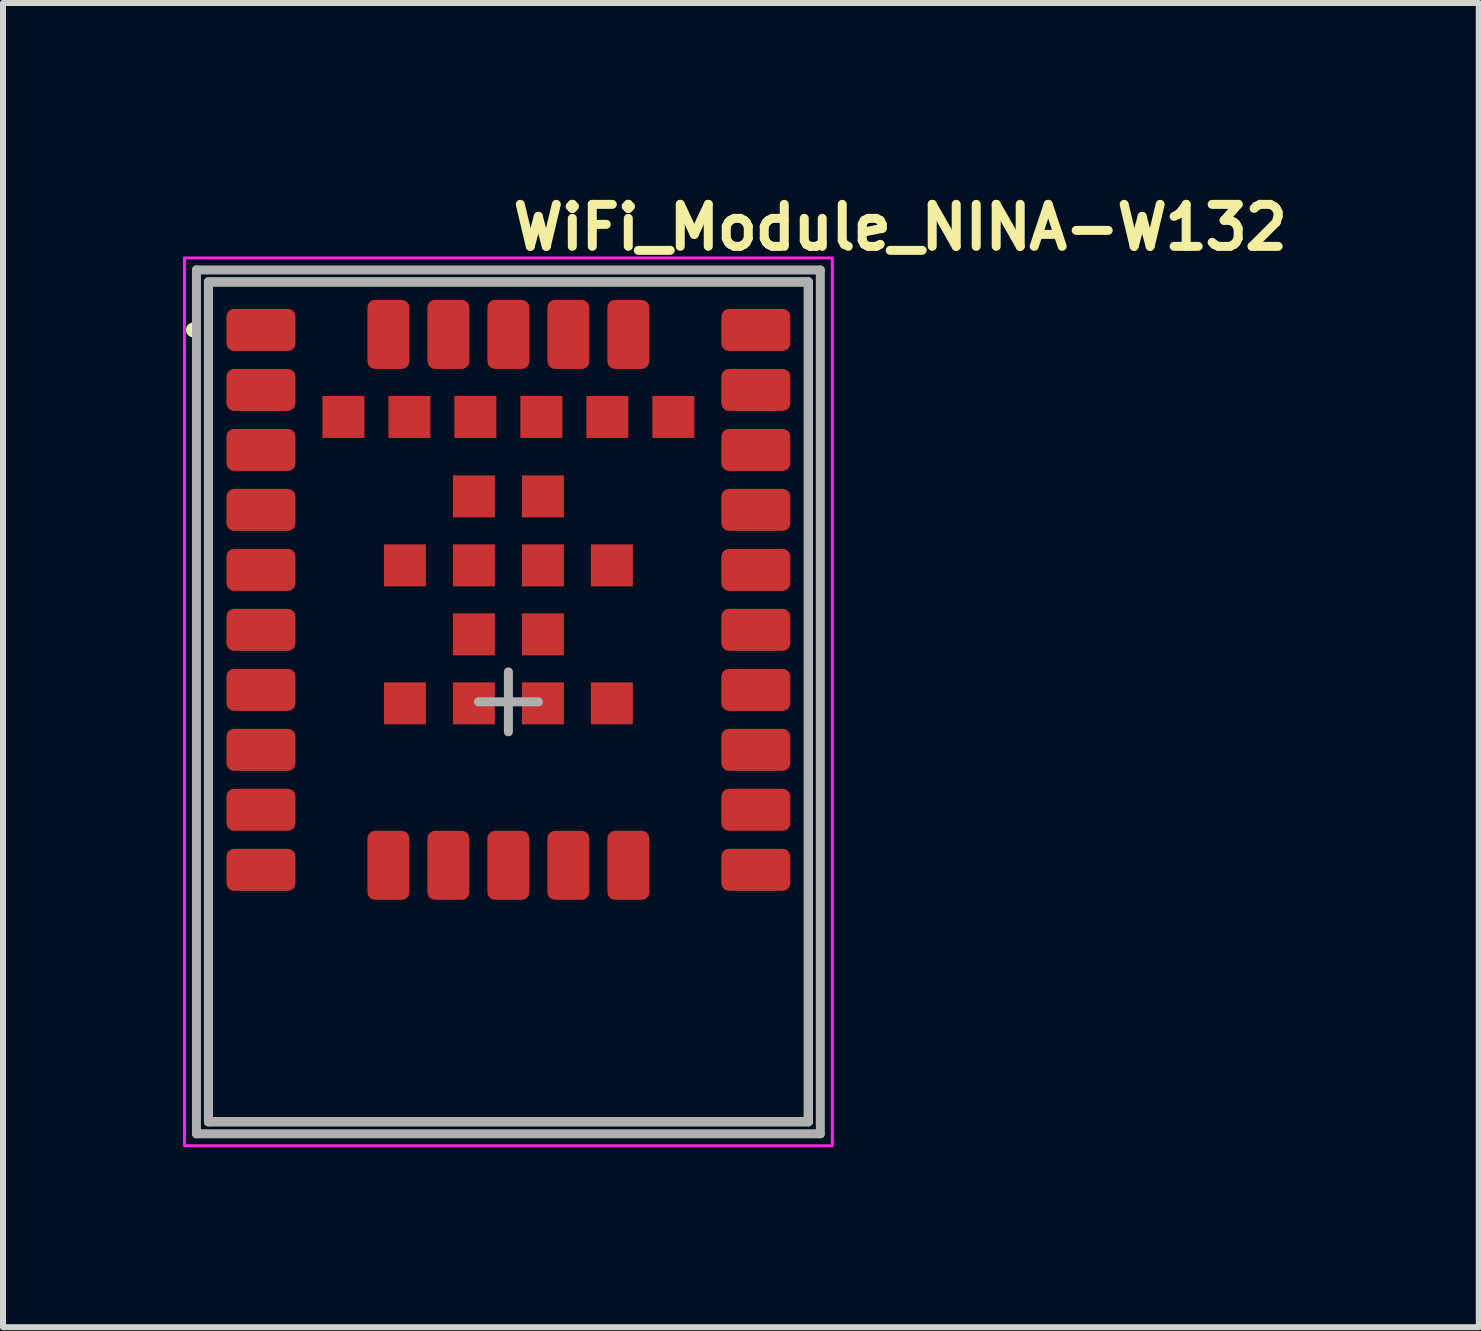
<source format=kicad_pcb>
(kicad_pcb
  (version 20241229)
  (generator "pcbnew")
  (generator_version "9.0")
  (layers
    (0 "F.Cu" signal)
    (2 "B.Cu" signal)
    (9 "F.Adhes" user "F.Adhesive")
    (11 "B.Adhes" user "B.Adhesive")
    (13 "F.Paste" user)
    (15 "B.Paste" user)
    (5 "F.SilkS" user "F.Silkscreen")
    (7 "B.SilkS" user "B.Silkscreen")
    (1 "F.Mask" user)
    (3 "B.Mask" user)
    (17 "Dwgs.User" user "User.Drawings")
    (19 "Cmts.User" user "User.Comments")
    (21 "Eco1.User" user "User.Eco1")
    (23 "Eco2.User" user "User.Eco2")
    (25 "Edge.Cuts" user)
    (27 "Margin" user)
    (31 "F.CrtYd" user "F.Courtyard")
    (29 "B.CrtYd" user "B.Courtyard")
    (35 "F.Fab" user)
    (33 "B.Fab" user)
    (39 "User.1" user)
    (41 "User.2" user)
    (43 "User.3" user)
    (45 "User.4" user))
  (footprint "WiFi_Module_NINA-W132"
    (layer "F.Cu")
    (at 5.425 8.65)
    (property "Reference" "WiFi_Module_NINA-W132" (at 0 -7.5 0) (layer "F.SilkS") (effects (font (size 0.7 0.7) (thickness 0.15)) (justify left bottom)))
    (attr smd)
    (fp_line (start -5 -7) (end -5 7) (stroke (width 0.15) (type solid)) (layer "F.SilkS"))
    (fp_line (start -5 -7) (end 5 -7) (stroke (width 0.15) (type solid)) (layer "F.SilkS"))
    (fp_line (start -5 7) (end 5 7) (stroke (width 0.15) (type solid)) (layer "F.SilkS"))
    (fp_line (start 5 -7) (end 5 7) (stroke (width 0.15) (type solid)) (layer "F.SilkS"))
    (fp_circle (center -5.25 -6.2) (end -5.2 -6.2) (stroke (width 0.15) (type solid)) (fill yes) (layer "F.SilkS"))
    (fp_rect (start -5.4 7.4) (end 5.4 -7.4) (stroke (width 0.05) (type solid)) (fill no) (layer "F.CrtYd"))
    (fp_line (start -5.2 -7.2) (end -5.2 7.2) (stroke (width 0.15) (type solid)) (layer "F.Fab"))
    (fp_line (start -5.2 -7.2) (end 5.2 -7.2) (stroke (width 0.15) (type solid)) (layer "F.Fab"))
    (fp_line (start -5.2 7.2) (end 5.2 7.2) (stroke (width 0.15) (type solid)) (layer "F.Fab"))
    (fp_line (start -5 -7) (end -5 7) (stroke (width 0.15) (type solid)) (layer "F.Fab"))
    (fp_line (start -5 -7) (end 5 -7) (stroke (width 0.15) (type solid)) (layer "F.Fab"))
    (fp_line (start -5 7) (end 5 7) (stroke (width 0.15) (type solid)) (layer "F.Fab"))
    (fp_line (start -0.5 0) (end 0.5 0) (stroke (width 0.15) (type solid)) (layer "F.Fab"))
    (fp_line (start 0 -0.5) (end 0 0) (stroke (width 0.15) (type solid)) (layer "F.Fab"))
    (fp_line (start 0 0) (end 0 0.5) (stroke (width 0.15) (type solid)) (layer "F.Fab"))
    (fp_line (start 5 -7) (end 5 7) (stroke (width 0.15) (type solid)) (layer "F.Fab"))
    (fp_line (start 5.2 -7.2) (end 5.2 7.2) (stroke (width 0.15) (type solid)) (layer "F.Fab"))
    (fp_rect (start -5 7) (end 5 -7) (stroke (width 0.1) (type solid)) (fill no) (layer "User.5"))
    (fp_line (start -5 -7) (end 5 -7) (stroke (width 0.02) (type solid)) (layer "User.9"))
    (fp_line (start -5 7) (end -5 -7) (stroke (width 0.02) (type solid)) (layer "User.9"))
    (fp_line (start -4.947 3.315) (end -4.947 3.198) (stroke (width 0.02) (type solid)) (layer "User.9"))
    (fp_line (start -4.947 3.315) (end -4.947 3.315) (stroke (width 0.02) (type solid)) (layer "User.9"))
    (fp_line (start -4.947 3.598) (end -4.947 3.315) (stroke (width 0.02) (type solid)) (layer "User.9"))
    (fp_line (start -4.947 3.598) (end -4.947 4.049) (stroke (width 0.02) (type solid)) (layer "User.9"))
    (fp_line (start -4.947 4.049) (end -4.947 4.057) (stroke (width 0.02) (type solid)) (layer "User.9"))
    (fp_line (start -4.947 4.057) (end -4.946 4.064) (stroke (width 0.02) (type solid)) (layer "User.9"))
    (fp_line (start -4.947 6.142) (end -4.947 6.149) (stroke (width 0.02) (type solid)) (layer "User.9"))
    (fp_line (start -4.947 6.149) (end -4.947 6.6) (stroke (width 0.02) (type solid)) (layer "User.9"))
    (fp_line (start -4.947 6.883) (end -4.947 6.6) (stroke (width 0.02) (type solid)) (layer "User.9"))
    (fp_line (start -4.947 6.883) (end -4.947 6.883) (stroke (width 0.02) (type solid)) (layer "User.9"))
    (fp_line (start -4.947 7) (end -4.947 6.883) (stroke (width 0.02) (type solid)) (layer "User.9"))
    (fp_line (start -4.946 4.064) (end -4.945 4.072) (stroke (width 0.02) (type solid)) (layer "User.9"))
    (fp_line (start -4.946 6.134) (end -4.947 6.142) (stroke (width 0.02) (type solid)) (layer "User.9"))
    (fp_line (start -4.945 4.072) (end -4.944 4.079) (stroke (width 0.02) (type solid)) (layer "User.9"))
    (fp_line (start -4.945 6.127) (end -4.946 6.134) (stroke (width 0.02) (type solid)) (layer "User.9"))
    (fp_line (start -4.944 4.079) (end -4.942 4.087) (stroke (width 0.02) (type solid)) (layer "User.9"))
    (fp_line (start -4.944 6.12) (end -4.945 6.127) (stroke (width 0.02) (type solid)) (layer "User.9"))
    (fp_line (start -4.942 4.087) (end -4.94 4.094) (stroke (width 0.02) (type solid)) (layer "User.9"))
    (fp_line (start -4.942 6.113) (end -4.944 6.12) (stroke (width 0.02) (type solid)) (layer "User.9"))
    (fp_line (start -4.941 6.105) (end -4.942 6.113) (stroke (width 0.02) (type solid)) (layer "User.9"))
    (fp_line (start -4.94 4.094) (end -4.938 4.101) (stroke (width 0.02) (type solid)) (layer "User.9"))
    (fp_line (start -4.938 4.101) (end -4.935 4.107) (stroke (width 0.02) (type solid)) (layer "User.9"))
    (fp_line (start -4.938 6.099) (end -4.941 6.105) (stroke (width 0.02) (type solid)) (layer "User.9"))
    (fp_line (start -4.936 6.092) (end -4.938 6.099) (stroke (width 0.02) (type solid)) (layer "User.9"))
    (fp_line (start -4.935 4.107) (end -4.932 4.114) (stroke (width 0.02) (type solid)) (layer "User.9"))
    (fp_line (start -4.933 6.085) (end -4.936 6.092) (stroke (width 0.02) (type solid)) (layer "User.9"))
    (fp_line (start -4.932 4.114) (end -4.929 4.121) (stroke (width 0.02) (type solid)) (layer "User.9"))
    (fp_line (start -4.929 4.121) (end -4.925 4.127) (stroke (width 0.02) (type solid)) (layer "User.9"))
    (fp_line (start -4.929 6.078) (end -4.933 6.085) (stroke (width 0.02) (type solid)) (layer "User.9"))
    (fp_line (start -4.926 6.072) (end -4.929 6.078) (stroke (width 0.02) (type solid)) (layer "User.9"))
    (fp_line (start -4.925 4.127) (end -4.921 4.133) (stroke (width 0.02) (type solid)) (layer "User.9"))
    (fp_line (start -4.922 6.066) (end -4.926 6.072) (stroke (width 0.02) (type solid)) (layer "User.9"))
    (fp_line (start -4.921 4.133) (end -4.917 4.139) (stroke (width 0.02) (type solid)) (layer "User.9"))
    (fp_line (start -4.918 6.06) (end -4.922 6.066) (stroke (width 0.02) (type solid)) (layer "User.9"))
    (fp_line (start -4.917 4.139) (end -4.913 4.145) (stroke (width 0.02) (type solid)) (layer "User.9"))
    (fp_line (start -4.913 4.145) (end -4.908 4.15) (stroke (width 0.02) (type solid)) (layer "User.9"))
    (fp_line (start -4.913 6.054) (end -4.918 6.06) (stroke (width 0.02) (type solid)) (layer "User.9"))
    (fp_line (start -4.908 4.15) (end -4.903 4.155) (stroke (width 0.02) (type solid)) (layer "User.9"))
    (fp_line (start -4.908 6.048) (end -4.913 6.054) (stroke (width 0.02) (type solid)) (layer "User.9"))
    (fp_line (start -4.903 4.155) (end -4.898 4.16) (stroke (width 0.02) (type solid)) (layer "User.9"))
    (fp_line (start -4.903 6.043) (end -4.908 6.048) (stroke (width 0.02) (type solid)) (layer "User.9"))
    (fp_line (start -4.903 6.043) (end -4.903 6.043) (stroke (width 0.02) (type solid)) (layer "User.9"))
    (fp_line (start -4.901 4.499) (end -4.784 4.499) (stroke (width 0.02) (type solid)) (layer "User.9"))
    (fp_line (start -4.901 5.699) (end -4.901 4.499) (stroke (width 0.02) (type solid)) (layer "User.9"))
    (fp_line (start -4.898 4.16) (end -4.892 4.165) (stroke (width 0.02) (type solid)) (layer "User.9"))
    (fp_line (start -4.898 6.038) (end -4.903 6.043) (stroke (width 0.02) (type solid)) (layer "User.9"))
    (fp_line (start -4.892 4.165) (end -4.887 4.169) (stroke (width 0.02) (type solid)) (layer "User.9"))
    (fp_line (start -4.892 6.033) (end -4.898 6.038) (stroke (width 0.02) (type solid)) (layer "User.9"))
    (fp_line (start -4.887 4.169) (end -4.881 4.173) (stroke (width 0.02) (type solid)) (layer "User.9"))
    (fp_line (start -4.886 6.029) (end -4.892 6.033) (stroke (width 0.02) (type solid)) (layer "User.9"))
    (fp_line (start -4.881 4.173) (end -4.875 4.177) (stroke (width 0.02) (type solid)) (layer "User.9"))
    (fp_line (start -4.88 6.024) (end -4.886 6.029) (stroke (width 0.02) (type solid)) (layer "User.9"))
    (fp_line (start -4.875 4.177) (end -4.868 4.181) (stroke (width 0.02) (type solid)) (layer "User.9"))
    (fp_line (start -4.874 6.02) (end -4.88 6.024) (stroke (width 0.02) (type solid)) (layer "User.9"))
    (fp_line (start -4.868 4.181) (end -4.862 4.184) (stroke (width 0.02) (type solid)) (layer "User.9"))
    (fp_line (start -4.868 6.017) (end -4.874 6.02) (stroke (width 0.02) (type solid)) (layer "User.9"))
    (fp_line (start -4.862 4.184) (end -4.855 4.187) (stroke (width 0.02) (type solid)) (layer "User.9"))
    (fp_line (start -4.861 6.013) (end -4.868 6.017) (stroke (width 0.02) (type solid)) (layer "User.9"))
    (fp_line (start -4.855 4.187) (end -4.849 4.19) (stroke (width 0.02) (type solid)) (layer "User.9"))
    (fp_line (start -4.854 6.011) (end -4.861 6.013) (stroke (width 0.02) (type solid)) (layer "User.9"))
    (fp_line (start -4.849 4.19) (end -4.842 4.192) (stroke (width 0.02) (type solid)) (layer "User.9"))
    (fp_line (start -4.848 6.008) (end -4.854 6.011) (stroke (width 0.02) (type solid)) (layer "User.9"))
    (fp_line (start -4.842 4.192) (end -4.834 4.194) (stroke (width 0.02) (type solid)) (layer "User.9"))
    (fp_line (start -4.841 6.006) (end -4.848 6.008) (stroke (width 0.02) (type solid)) (layer "User.9"))
    (fp_line (start -4.834 4.194) (end -4.827 4.196) (stroke (width 0.02) (type solid)) (layer "User.9"))
    (fp_line (start -4.834 6.004) (end -4.841 6.006) (stroke (width 0.02) (type solid)) (layer "User.9"))
    (fp_line (start -4.827 4.196) (end -4.82 4.197) (stroke (width 0.02) (type solid)) (layer "User.9"))
    (fp_line (start -4.826 6.002) (end -4.834 6.004) (stroke (width 0.02) (type solid)) (layer "User.9"))
    (fp_line (start -4.82 4.197) (end -4.812 4.198) (stroke (width 0.02) (type solid)) (layer "User.9"))
    (fp_line (start -4.819 6.001) (end -4.826 6.002) (stroke (width 0.02) (type solid)) (layer "User.9"))
    (fp_line (start -4.812 4.198) (end -4.805 4.199) (stroke (width 0.02) (type solid)) (layer "User.9"))
    (fp_line (start -4.812 6) (end -4.819 6.001) (stroke (width 0.02) (type solid)) (layer "User.9"))
    (fp_line (start -4.805 4.199) (end -4.797 4.199) (stroke (width 0.02) (type solid)) (layer "User.9"))
    (fp_line (start -4.804 5.999) (end -4.812 6) (stroke (width 0.02) (type solid)) (layer "User.9"))
    (fp_line (start -4.797 3.198) (end -4.947 3.198) (stroke (width 0.02) (type solid)) (layer "User.9"))
    (fp_line (start -4.797 5.999) (end -4.804 5.999) (stroke (width 0.02) (type solid)) (layer "User.9"))
    (fp_line (start -4.797 5.999) (end -4.447 5.999) (stroke (width 0.02) (type solid)) (layer "User.9"))
    (fp_line (start -4.784 4.499) (end -4.784 4.499) (stroke (width 0.02) (type solid)) (layer "User.9"))
    (fp_line (start -4.784 4.499) (end -4.501 4.499) (stroke (width 0.02) (type solid)) (layer "User.9"))
    (fp_line (start -4.784 5.699) (end -4.901 5.699) (stroke (width 0.02) (type solid)) (layer "User.9"))
    (fp_line (start -4.784 5.699) (end -4.784 5.699) (stroke (width 0.02) (type solid)) (layer "User.9"))
    (fp_line (start -4.75 -6.6) (end -4.75 -6.2) (stroke (width 0.02) (type solid)) (layer "User.9"))
    (fp_line (start -4.75 -6.6) (end -4.55 -6.6) (stroke (width 0.02) (type solid)) (layer "User.9"))
    (fp_line (start -4.75 -6.2) (end -4.75 2.6) (stroke (width 0.02) (type solid)) (layer "User.9"))
    (fp_line (start -4.75 -6.2) (end -4.662 -6.2) (stroke (width 0.02) (type solid)) (layer "User.9"))
    (fp_line (start -4.75 2.6) (end -4.75 3) (stroke (width 0.02) (type solid)) (layer "User.9"))
    (fp_line (start -4.662 -6.2) (end -4.662 -6.2) (stroke (width 0.02) (type solid)) (layer "User.9"))
    (fp_line (start -4.662 -6.2) (end -4.45 -6.2) (stroke (width 0.02) (type solid)) (layer "User.9"))
    (fp_line (start -4.662 2.6) (end -4.75 2.6) (stroke (width 0.02) (type solid)) (layer "User.9"))
    (fp_line (start -4.662 2.6) (end -4.662 2.6) (stroke (width 0.02) (type solid)) (layer "User.9"))
    (fp_line (start -4.55 -6.2) (end -4.55 -6.6) (stroke (width 0.02) (type solid)) (layer "User.9"))
    (fp_line (start -4.55 3) (end -4.75 3) (stroke (width 0.02) (type solid)) (layer "User.9"))
    (fp_line (start -4.55 3) (end -4.55 2.6) (stroke (width 0.02) (type solid)) (layer "User.9"))
    (fp_line (start -4.501 5.699) (end -4.784 5.699) (stroke (width 0.02) (type solid)) (layer "User.9"))
    (fp_line (start -4.501 5.699) (end -4.447 5.699) (stroke (width 0.02) (type solid)) (layer "User.9"))
    (fp_line (start -4.45 2.6) (end -4.662 2.6) (stroke (width 0.02) (type solid)) (layer "User.9"))
    (fp_line (start -4.45 2.6) (end -4.35 2.6) (stroke (width 0.02) (type solid)) (layer "User.9"))
    (fp_line (start -4.447 4.199) (end -4.797 4.199) (stroke (width 0.02) (type solid)) (layer "User.9"))
    (fp_line (start -4.447 4.499) (end -4.501 4.499) (stroke (width 0.02) (type solid)) (layer "User.9"))
    (fp_line (start -4.447 4.499) (end -4.447 4.199) (stroke (width 0.02) (type solid)) (layer "User.9"))
    (fp_line (start -4.447 5.999) (end -4.447 5.699) (stroke (width 0.02) (type solid)) (layer "User.9"))
    (fp_line (start -4.35 -6.512) (end -4.35 -6.6) (stroke (width 0.02) (type solid)) (layer "User.9"))
    (fp_line (start -4.35 -6.512) (end -4.35 -6.512) (stroke (width 0.02) (type solid)) (layer "User.9"))
    (fp_line (start -4.35 -6.3) (end -4.35 -6.512) (stroke (width 0.02) (type solid)) (layer "User.9"))
    (fp_line (start -4.35 -6.3) (end -4.35 -6.2) (stroke (width 0.02) (type solid)) (layer "User.9"))
    (fp_line (start -4.35 -6.2) (end -4.45 -6.2) (stroke (width 0.02) (type solid)) (layer "User.9"))
    (fp_line (start -4.35 2.6) (end -4.35 2.7) (stroke (width 0.02) (type solid)) (layer "User.9"))
    (fp_line (start -4.35 2.912) (end -4.35 2.7) (stroke (width 0.02) (type solid)) (layer "User.9"))
    (fp_line (start -4.35 2.912) (end -4.35 2.912) (stroke (width 0.02) (type solid)) (layer "User.9"))
    (fp_line (start -4.35 3) (end -4.35 2.912) (stroke (width 0.02) (type solid)) (layer "User.9"))
    (fp_line (start -4.35 3) (end 4.35 3) (stroke (width 0.02) (type solid)) (layer "User.9"))
    (fp_line (start -3.4 -4.8) (end -3.4 -4.8) (stroke (width 0.02) (type solid)) (layer "User.9"))
    (fp_line (start -3.4 -4.8) (end -3.399 -4.779) (stroke (width 0.02) (type solid)) (layer "User.9"))
    (fp_line (start -3.399 -4.821) (end -3.4 -4.8) (stroke (width 0.02) (type solid)) (layer "User.9"))
    (fp_line (start -3.399 -4.779) (end -3.398 -4.759) (stroke (width 0.02) (type solid)) (layer "User.9"))
    (fp_line (start -3.398 -4.841) (end -3.399 -4.821) (stroke (width 0.02) (type solid)) (layer "User.9"))
    (fp_line (start -3.398 -4.759) (end -3.395 -4.739) (stroke (width 0.02) (type solid)) (layer "User.9"))
    (fp_line (start -3.395 -4.861) (end -3.398 -4.841) (stroke (width 0.02) (type solid)) (layer "User.9"))
    (fp_line (start -3.395 -4.739) (end -3.392 -4.719) (stroke (width 0.02) (type solid)) (layer "User.9"))
    (fp_line (start -3.392 -4.881) (end -3.395 -4.861) (stroke (width 0.02) (type solid)) (layer "User.9"))
    (fp_line (start -3.392 -4.719) (end -3.387 -4.7) (stroke (width 0.02) (type solid)) (layer "User.9"))
    (fp_line (start -3.387 -4.9) (end -3.392 -4.881) (stroke (width 0.02) (type solid)) (layer "User.9"))
    (fp_line (start -3.387 -4.7) (end -3.382 -4.681) (stroke (width 0.02) (type solid)) (layer "User.9"))
    (fp_line (start -3.382 -4.919) (end -3.387 -4.9) (stroke (width 0.02) (type solid)) (layer "User.9"))
    (fp_line (start -3.382 -4.681) (end -3.376 -4.662) (stroke (width 0.02) (type solid)) (layer "User.9"))
    (fp_line (start -3.376 -4.938) (end -3.382 -4.919) (stroke (width 0.02) (type solid)) (layer "User.9"))
    (fp_line (start -3.376 -4.662) (end -3.369 -4.644) (stroke (width 0.02) (type solid)) (layer "User.9"))
    (fp_line (start -3.369 -4.956) (end -3.376 -4.938) (stroke (width 0.02) (type solid)) (layer "User.9"))
    (fp_line (start -3.369 -4.644) (end -3.361 -4.627) (stroke (width 0.02) (type solid)) (layer "User.9"))
    (fp_line (start -3.361 -4.973) (end -3.369 -4.956) (stroke (width 0.02) (type solid)) (layer "User.9"))
    (fp_line (start -3.361 -4.627) (end -3.352 -4.609) (stroke (width 0.02) (type solid)) (layer "User.9"))
    (fp_line (start -3.352 -4.991) (end -3.361 -4.973) (stroke (width 0.02) (type solid)) (layer "User.9"))
    (fp_line (start -3.352 -4.609) (end -3.342 -4.593) (stroke (width 0.02) (type solid)) (layer "User.9"))
    (fp_line (start -3.342 -5.007) (end -3.352 -4.991) (stroke (width 0.02) (type solid)) (layer "User.9"))
    (fp_line (start -3.342 -4.593) (end -3.332 -4.576) (stroke (width 0.02) (type solid)) (layer "User.9"))
    (fp_line (start -3.332 -5.024) (end -3.342 -5.007) (stroke (width 0.02) (type solid)) (layer "User.9"))
    (fp_line (start -3.332 -4.576) (end -3.321 -4.561) (stroke (width 0.02) (type solid)) (layer "User.9"))
    (fp_line (start -3.321 -5.039) (end -3.332 -5.024) (stroke (width 0.02) (type solid)) (layer "User.9"))
    (fp_line (start -3.321 -4.561) (end -3.309 -4.546) (stroke (width 0.02) (type solid)) (layer "User.9"))
    (fp_line (start -3.309 -5.054) (end -3.321 -5.039) (stroke (width 0.02) (type solid)) (layer "User.9"))
    (fp_line (start -3.309 -4.546) (end -3.296 -4.531) (stroke (width 0.02) (type solid)) (layer "User.9"))
    (fp_line (start -3.296 -5.069) (end -3.309 -5.054) (stroke (width 0.02) (type solid)) (layer "User.9"))
    (fp_line (start -3.296 -4.531) (end -3.283 -4.517) (stroke (width 0.02) (type solid)) (layer "User.9"))
    (fp_line (start -3.283 -5.083) (end -3.296 -5.069) (stroke (width 0.02) (type solid)) (layer "User.9"))
    (fp_line (start -3.283 -4.517) (end -3.269 -4.504) (stroke (width 0.02) (type solid)) (layer "User.9"))
    (fp_line (start -3.269 -5.096) (end -3.283 -5.083) (stroke (width 0.02) (type solid)) (layer "User.9"))
    (fp_line (start -3.269 -4.504) (end -3.254 -4.491) (stroke (width 0.02) (type solid)) (layer "User.9"))
    (fp_line (start -3.254 -5.109) (end -3.269 -5.096) (stroke (width 0.02) (type solid)) (layer "User.9"))
    (fp_line (start -3.254 -4.491) (end -3.239 -4.479) (stroke (width 0.02) (type solid)) (layer "User.9"))
    (fp_line (start -3.247 4.899) (end -3.247 5.699) (stroke (width 0.02) (type solid)) (layer "User.9"))
    (fp_line (start -3.247 4.899) (end 4.507 4.899) (stroke (width 0.02) (type solid)) (layer "User.9"))
    (fp_line (start -3.247 5.699) (end 4.803 5.699) (stroke (width 0.02) (type solid)) (layer "User.9"))
    (fp_line (start -3.239 -5.121) (end -3.254 -5.109) (stroke (width 0.02) (type solid)) (layer "User.9"))
    (fp_line (start -3.239 -4.479) (end -3.224 -4.468) (stroke (width 0.02) (type solid)) (layer "User.9"))
    (fp_line (start -3.224 -5.132) (end -3.239 -5.121) (stroke (width 0.02) (type solid)) (layer "User.9"))
    (fp_line (start -3.224 -4.468) (end -3.207 -4.458) (stroke (width 0.02) (type solid)) (layer "User.9"))
    (fp_line (start -3.207 -5.142) (end -3.224 -5.132) (stroke (width 0.02) (type solid)) (layer "User.9"))
    (fp_line (start -3.207 -4.458) (end -3.191 -4.448) (stroke (width 0.02) (type solid)) (layer "User.9"))
    (fp_line (start -3.191 -5.152) (end -3.207 -5.142) (stroke (width 0.02) (type solid)) (layer "User.9"))
    (fp_line (start -3.191 -4.448) (end -3.173 -4.439) (stroke (width 0.02) (type solid)) (layer "User.9"))
    (fp_line (start -3.173 -5.161) (end -3.191 -5.152) (stroke (width 0.02) (type solid)) (layer "User.9"))
    (fp_line (start -3.173 -4.439) (end -3.156 -4.431) (stroke (width 0.02) (type solid)) (layer "User.9"))
    (fp_line (start -3.156 -5.169) (end -3.173 -5.161) (stroke (width 0.02) (type solid)) (layer "User.9"))
    (fp_line (start -3.156 -4.431) (end -3.138 -4.424) (stroke (width 0.02) (type solid)) (layer "User.9"))
    (fp_line (start -3.138 -5.176) (end -3.156 -5.169) (stroke (width 0.02) (type solid)) (layer "User.9"))
    (fp_line (start -3.138 -4.424) (end -3.119 -4.418) (stroke (width 0.02) (type solid)) (layer "User.9"))
    (fp_line (start -3.119 -5.182) (end -3.138 -5.176) (stroke (width 0.02) (type solid)) (layer "User.9"))
    (fp_line (start -3.119 -4.418) (end -3.1 -4.413) (stroke (width 0.02) (type solid)) (layer "User.9"))
    (fp_line (start -3.1 -5.187) (end -3.119 -5.182) (stroke (width 0.02) (type solid)) (layer "User.9"))
    (fp_line (start -3.1 -4.413) (end -3.081 -4.408) (stroke (width 0.02) (type solid)) (layer "User.9"))
    (fp_line (start -3.081 -5.192) (end -3.1 -5.187) (stroke (width 0.02) (type solid)) (layer "User.9"))
    (fp_line (start -3.081 -4.408) (end -3.061 -4.405) (stroke (width 0.02) (type solid)) (layer "User.9"))
    (fp_line (start -3.061 -5.195) (end -3.081 -5.192) (stroke (width 0.02) (type solid)) (layer "User.9"))
    (fp_line (start -3.061 -4.405) (end -3.041 -4.402) (stroke (width 0.02) (type solid)) (layer "User.9"))
    (fp_line (start -3.041 -5.198) (end -3.061 -5.195) (stroke (width 0.02) (type solid)) (layer "User.9"))
    (fp_line (start -3.041 -4.402) (end -3.021 -4.401) (stroke (width 0.02) (type solid)) (layer "User.9"))
    (fp_line (start -3.021 -5.199) (end -3.041 -5.198) (stroke (width 0.02) (type solid)) (layer "User.9"))
    (fp_line (start -3.021 -4.401) (end -3 -4.4) (stroke (width 0.02) (type solid)) (layer "User.9"))
    (fp_line (start -3 -5.2) (end -3.021 -5.199) (stroke (width 0.02) (type solid)) (layer "User.9"))
    (fp_line (start -3 -5.2) (end -3 -5.2) (stroke (width 0.02) (type solid)) (layer "User.9"))
    (fp_line (start -3 -5.2) (end -3 -5.2) (stroke (width 0.02) (type solid)) (layer "User.9"))
    (fp_line (start -3 -4.4) (end -3 -4.4) (stroke (width 0.02) (type solid)) (layer "User.9"))
    (fp_line (start -3 -4.4) (end -2.979 -4.401) (stroke (width 0.02) (type solid)) (layer "User.9"))
    (fp_line (start -2.979 -5.199) (end -3 -5.2) (stroke (width 0.02) (type solid)) (layer "User.9"))
    (fp_line (start -2.979 -4.401) (end -2.959 -4.402) (stroke (width 0.02) (type solid)) (layer "User.9"))
    (fp_line (start -2.959 -5.198) (end -2.979 -5.199) (stroke (width 0.02) (type solid)) (layer "User.9"))
    (fp_line (start -2.959 -4.402) (end -2.939 -4.405) (stroke (width 0.02) (type solid)) (layer "User.9"))
    (fp_line (start -2.939 -5.195) (end -2.959 -5.198) (stroke (width 0.02) (type solid)) (layer "User.9"))
    (fp_line (start -2.939 -4.405) (end -2.919 -4.408) (stroke (width 0.02) (type solid)) (layer "User.9"))
    (fp_line (start -2.919 -5.192) (end -2.939 -5.195) (stroke (width 0.02) (type solid)) (layer "User.9"))
    (fp_line (start -2.919 -4.408) (end -2.9 -4.413) (stroke (width 0.02) (type solid)) (layer "User.9"))
    (fp_line (start -2.9 -5.187) (end -2.919 -5.192) (stroke (width 0.02) (type solid)) (layer "User.9"))
    (fp_line (start -2.9 -4.413) (end -2.881 -4.418) (stroke (width 0.02) (type solid)) (layer "User.9"))
    (fp_line (start -2.881 -5.182) (end -2.9 -5.187) (stroke (width 0.02) (type solid)) (layer "User.9"))
    (fp_line (start -2.881 -4.418) (end -2.862 -4.424) (stroke (width 0.02) (type solid)) (layer "User.9"))
    (fp_line (start -2.862 -5.176) (end -2.881 -5.182) (stroke (width 0.02) (type solid)) (layer "User.9"))
    (fp_line (start -2.862 -4.424) (end -2.844 -4.431) (stroke (width 0.02) (type solid)) (layer "User.9"))
    (fp_line (start -2.844 -5.169) (end -2.862 -5.176) (stroke (width 0.02) (type solid)) (layer "User.9"))
    (fp_line (start -2.844 -4.431) (end -2.827 -4.439) (stroke (width 0.02) (type solid)) (layer "User.9"))
    (fp_line (start -2.827 -5.161) (end -2.844 -5.169) (stroke (width 0.02) (type solid)) (layer "User.9"))
    (fp_line (start -2.827 -4.439) (end -2.809 -4.448) (stroke (width 0.02) (type solid)) (layer "User.9"))
    (fp_line (start -2.809 -5.152) (end -2.827 -5.161) (stroke (width 0.02) (type solid)) (layer "User.9"))
    (fp_line (start -2.809 -4.448) (end -2.793 -4.458) (stroke (width 0.02) (type solid)) (layer "User.9"))
    (fp_line (start -2.793 -5.142) (end -2.809 -5.152) (stroke (width 0.02) (type solid)) (layer "User.9"))
    (fp_line (start -2.793 -4.458) (end -2.776 -4.468) (stroke (width 0.02) (type solid)) (layer "User.9"))
    (fp_line (start -2.776 -5.132) (end -2.793 -5.142) (stroke (width 0.02) (type solid)) (layer "User.9"))
    (fp_line (start -2.776 -4.468) (end -2.761 -4.479) (stroke (width 0.02) (type solid)) (layer "User.9"))
    (fp_line (start -2.761 -5.121) (end -2.776 -5.132) (stroke (width 0.02) (type solid)) (layer "User.9"))
    (fp_line (start -2.761 -4.479) (end -2.746 -4.491) (stroke (width 0.02) (type solid)) (layer "User.9"))
    (fp_line (start -2.746 -5.109) (end -2.761 -5.121) (stroke (width 0.02) (type solid)) (layer "User.9"))
    (fp_line (start -2.746 -4.491) (end -2.731 -4.504) (stroke (width 0.02) (type solid)) (layer "User.9"))
    (fp_line (start -2.731 -5.096) (end -2.746 -5.109) (stroke (width 0.02) (type solid)) (layer "User.9"))
    (fp_line (start -2.731 -4.504) (end -2.717 -4.517) (stroke (width 0.02) (type solid)) (layer "User.9"))
    (fp_line (start -2.717 -5.083) (end -2.731 -5.096) (stroke (width 0.02) (type solid)) (layer "User.9"))
    (fp_line (start -2.717 -4.517) (end -2.704 -4.531) (stroke (width 0.02) (type solid)) (layer "User.9"))
    (fp_line (start -2.704 -5.069) (end -2.717 -5.083) (stroke (width 0.02) (type solid)) (layer "User.9"))
    (fp_line (start -2.704 -4.531) (end -2.691 -4.546) (stroke (width 0.02) (type solid)) (layer "User.9"))
    (fp_line (start -2.691 -5.054) (end -2.704 -5.069) (stroke (width 0.02) (type solid)) (layer "User.9"))
    (fp_line (start -2.691 -4.546) (end -2.679 -4.561) (stroke (width 0.02) (type solid)) (layer "User.9"))
    (fp_line (start -2.679 -5.039) (end -2.691 -5.054) (stroke (width 0.02) (type solid)) (layer "User.9"))
    (fp_line (start -2.679 -4.561) (end -2.668 -4.576) (stroke (width 0.02) (type solid)) (layer "User.9"))
    (fp_line (start -2.668 -5.024) (end -2.679 -5.039) (stroke (width 0.02) (type solid)) (layer "User.9"))
    (fp_line (start -2.668 -4.576) (end -2.658 -4.593) (stroke (width 0.02) (type solid)) (layer "User.9"))
    (fp_line (start -2.658 -5.007) (end -2.668 -5.024) (stroke (width 0.02) (type solid)) (layer "User.9"))
    (fp_line (start -2.658 -4.593) (end -2.648 -4.609) (stroke (width 0.02) (type solid)) (layer "User.9"))
    (fp_line (start -2.648 -4.991) (end -2.658 -5.007) (stroke (width 0.02) (type solid)) (layer "User.9"))
    (fp_line (start -2.648 -4.609) (end -2.639 -4.627) (stroke (width 0.02) (type solid)) (layer "User.9"))
    (fp_line (start -2.639 -4.973) (end -2.648 -4.991) (stroke (width 0.02) (type solid)) (layer "User.9"))
    (fp_line (start -2.639 -4.627) (end -2.631 -4.644) (stroke (width 0.02) (type solid)) (layer "User.9"))
    (fp_line (start -2.631 -4.956) (end -2.639 -4.973) (stroke (width 0.02) (type solid)) (layer "User.9"))
    (fp_line (start -2.631 -4.644) (end -2.624 -4.662) (stroke (width 0.02) (type solid)) (layer "User.9"))
    (fp_line (start -2.624 -4.938) (end -2.631 -4.956) (stroke (width 0.02) (type solid)) (layer "User.9"))
    (fp_line (start -2.624 -4.662) (end -2.618 -4.681) (stroke (width 0.02) (type solid)) (layer "User.9"))
    (fp_line (start -2.618 -4.919) (end -2.624 -4.938) (stroke (width 0.02) (type solid)) (layer "User.9"))
    (fp_line (start -2.618 -4.681) (end -2.613 -4.7) (stroke (width 0.02) (type solid)) (layer "User.9"))
    (fp_line (start -2.613 -4.9) (end -2.618 -4.919) (stroke (width 0.02) (type solid)) (layer "User.9"))
    (fp_line (start -2.613 -4.7) (end -2.608 -4.719) (stroke (width 0.02) (type solid)) (layer "User.9"))
    (fp_line (start -2.608 -4.881) (end -2.613 -4.9) (stroke (width 0.02) (type solid)) (layer "User.9"))
    (fp_line (start -2.608 -4.719) (end -2.605 -4.739) (stroke (width 0.02) (type solid)) (layer "User.9"))
    (fp_line (start -2.605 -4.861) (end -2.608 -4.881) (stroke (width 0.02) (type solid)) (layer "User.9"))
    (fp_line (start -2.605 -4.739) (end -2.602 -4.759) (stroke (width 0.02) (type solid)) (layer "User.9"))
    (fp_line (start -2.602 -4.841) (end -2.605 -4.861) (stroke (width 0.02) (type solid)) (layer "User.9"))
    (fp_line (start -2.602 -4.759) (end -2.6 -4.779) (stroke (width 0.02) (type solid)) (layer "User.9"))
    (fp_line (start -2.6 -4.821) (end -2.602 -4.841) (stroke (width 0.02) (type solid)) (layer "User.9"))
    (fp_line (start -2.6 -4.8) (end -2.6 -4.821) (stroke (width 0.02) (type solid)) (layer "User.9"))
    (fp_line (start -2.6 -4.8) (end -2.6 -4.8) (stroke (width 0.02) (type solid)) (layer "User.9"))
    (fp_line (start -2.6 -4.779) (end -2.6 -4.8) (stroke (width 0.02) (type solid)) (layer "User.9"))
    (fp_line (start 2.46 4.971) (end 2.46 4.899) (stroke (width 0.02) (type solid)) (layer "User.9"))
    (fp_line (start 2.46 4.971) (end 2.76 4.971) (stroke (width 0.02) (type solid)) (layer "User.9"))
    (fp_line (start 2.46 5.121) (end 2.46 4.971) (stroke (width 0.02) (type solid)) (layer "User.9"))
    (fp_line (start 2.541 5.461) (end 2.691 5.461) (stroke (width 0.02) (type solid)) (layer "User.9"))
    (fp_line (start 2.541 5.699) (end 2.541 5.461) (stroke (width 0.02) (type solid)) (layer "User.9"))
    (fp_line (start 2.691 5.461) (end 2.691 5.699) (stroke (width 0.02) (type solid)) (layer "User.9"))
    (fp_line (start 2.691 5.461) (end 2.991 5.461) (stroke (width 0.02) (type solid)) (layer "User.9"))
    (fp_line (start 2.691 5.699) (end 2.691 5.461) (stroke (width 0.02) (type solid)) (layer "User.9"))
    (fp_line (start 2.76 4.899) (end 2.76 4.971) (stroke (width 0.02) (type solid)) (layer "User.9"))
    (fp_line (start 2.76 4.971) (end 2.46 4.971) (stroke (width 0.02) (type solid)) (layer "User.9"))
    (fp_line (start 2.76 4.971) (end 2.76 5.121) (stroke (width 0.02) (type solid)) (layer "User.9"))
    (fp_line (start 2.76 5.121) (end 2.46 5.121) (stroke (width 0.02) (type solid)) (layer "User.9"))
    (fp_line (start 2.906 7) (end 2.306 7) (stroke (width 0.02) (type solid)) (layer "User.9"))
    (fp_line (start 2.991 5.461) (end 2.991 5.699) (stroke (width 0.02) (type solid)) (layer "User.9"))
    (fp_line (start 2.991 5.461) (end 3.141 5.461) (stroke (width 0.02) (type solid)) (layer "User.9"))
    (fp_line (start 2.991 5.699) (end 2.991 5.461) (stroke (width 0.02) (type solid)) (layer "User.9"))
    (fp_line (start 3.141 5.461) (end 3.141 5.699) (stroke (width 0.02) (type solid)) (layer "User.9"))
    (fp_line (start 4.35 -6.6) (end -4.35 -6.6) (stroke (width 0.02) (type solid)) (layer "User.9"))
    (fp_line (start 4.35 -6.6) (end 4.35 -6.512) (stroke (width 0.02) (type solid)) (layer "User.9"))
    (fp_line (start 4.35 -6.512) (end 4.35 -6.512) (stroke (width 0.02) (type solid)) (layer "User.9"))
    (fp_line (start 4.35 -6.512) (end 4.35 -6.3) (stroke (width 0.02) (type solid)) (layer "User.9"))
    (fp_line (start 4.35 -6.2) (end 4.35 -6.3) (stroke (width 0.02) (type solid)) (layer "User.9"))
    (fp_line (start 4.35 2.6) (end 4.45 2.6) (stroke (width 0.02) (type solid)) (layer "User.9"))
    (fp_line (start 4.35 2.7) (end 4.35 2.6) (stroke (width 0.02) (type solid)) (layer "User.9"))
    (fp_line (start 4.35 2.7) (end 4.35 2.912) (stroke (width 0.02) (type solid)) (layer "User.9"))
    (fp_line (start 4.35 2.912) (end 4.35 2.912) (stroke (width 0.02) (type solid)) (layer "User.9"))
    (fp_line (start 4.35 2.912) (end 4.35 3) (stroke (width 0.02) (type solid)) (layer "User.9"))
    (fp_line (start 4.45 -6.2) (end 4.35 -6.2) (stroke (width 0.02) (type solid)) (layer "User.9"))
    (fp_line (start 4.45 -6.2) (end 4.662 -6.2) (stroke (width 0.02) (type solid)) (layer "User.9"))
    (fp_line (start 4.453 3.198) (end -4.947 3.198) (stroke (width 0.02) (type solid)) (layer "User.9"))
    (fp_line (start 4.453 3.198) (end 4.453 3.315) (stroke (width 0.02) (type solid)) (layer "User.9"))
    (fp_line (start 4.453 3.315) (end 4.453 3.315) (stroke (width 0.02) (type solid)) (layer "User.9"))
    (fp_line (start 4.453 3.315) (end 4.453 3.598) (stroke (width 0.02) (type solid)) (layer "User.9"))
    (fp_line (start 4.453 3.699) (end 4.453 3.598) (stroke (width 0.02) (type solid)) (layer "User.9"))
    (fp_line (start 4.507 3.699) (end 4.453 3.699) (stroke (width 0.02) (type solid)) (layer "User.9"))
    (fp_line (start 4.507 3.699) (end 4.79 3.699) (stroke (width 0.02) (type solid)) (layer "User.9"))
    (fp_line (start 4.55 -6.6) (end 4.55 -6.2) (stroke (width 0.02) (type solid)) (layer "User.9"))
    (fp_line (start 4.55 -6.6) (end 4.75 -6.6) (stroke (width 0.02) (type solid)) (layer "User.9"))
    (fp_line (start 4.55 2.6) (end 4.55 3) (stroke (width 0.02) (type solid)) (layer "User.9"))
    (fp_line (start 4.606 7) (end 4.006 7) (stroke (width 0.02) (type solid)) (layer "User.9"))
    (fp_line (start 4.662 -6.2) (end 4.662 -6.2) (stroke (width 0.02) (type solid)) (layer "User.9"))
    (fp_line (start 4.662 -6.2) (end 4.75 -6.2) (stroke (width 0.02) (type solid)) (layer "User.9"))
    (fp_line (start 4.662 2.6) (end 4.45 2.6) (stroke (width 0.02) (type solid)) (layer "User.9"))
    (fp_line (start 4.662 2.6) (end 4.662 2.6) (stroke (width 0.02) (type solid)) (layer "User.9"))
    (fp_line (start 4.7 3.599) (end 4.453 3.599) (stroke (width 0.02) (type solid)) (layer "User.9"))
    (fp_line (start 4.7 3.599) (end 4.453 3.599) (stroke (width 0.02) (type solid)) (layer "User.9"))
    (fp_line (start 4.7 3.599) (end 4.453 3.599) (stroke (width 0.02) (type solid)) (layer "User.9"))
    (fp_line (start 4.7 3.699) (end 4.7 3.599) (stroke (width 0.02) (type solid)) (layer "User.9"))
    (fp_line (start 4.7 3.699) (end 4.7 3.599) (stroke (width 0.02) (type solid)) (layer "User.9"))
    (fp_line (start 4.7 3.699) (end 4.7 3.599) (stroke (width 0.02) (type solid)) (layer "User.9"))
    (fp_line (start 4.75 -6.2) (end 4.75 -6.6) (stroke (width 0.02) (type solid)) (layer "User.9"))
    (fp_line (start 4.75 2.6) (end 4.662 2.6) (stroke (width 0.02) (type solid)) (layer "User.9"))
    (fp_line (start 4.75 2.6) (end 4.75 -6.2) (stroke (width 0.02) (type solid)) (layer "User.9"))
    (fp_line (start 4.75 3) (end 4.55 3) (stroke (width 0.02) (type solid)) (layer "User.9"))
    (fp_line (start 4.75 3) (end 4.75 2.6) (stroke (width 0.02) (type solid)) (layer "User.9"))
    (fp_line (start 4.79 3.699) (end 4.79 3.699) (stroke (width 0.02) (type solid)) (layer "User.9"))
    (fp_line (start 4.79 3.699) (end 4.907 3.699) (stroke (width 0.02) (type solid)) (layer "User.9"))
    (fp_line (start 4.79 4.899) (end 4.507 4.899) (stroke (width 0.02) (type solid)) (layer "User.9"))
    (fp_line (start 4.79 4.899) (end 4.79 4.899) (stroke (width 0.02) (type solid)) (layer "User.9"))
    (fp_line (start 4.803 7) (end 4.953 7) (stroke (width 0.02) (type solid)) (layer "User.9"))
    (fp_line (start 4.81 5.699) (end 4.803 5.699) (stroke (width 0.02) (type solid)) (layer "User.9"))
    (fp_line (start 4.818 5.699) (end 4.81 5.699) (stroke (width 0.02) (type solid)) (layer "User.9"))
    (fp_line (start 4.825 5.7) (end 4.818 5.699) (stroke (width 0.02) (type solid)) (layer "User.9"))
    (fp_line (start 4.832 5.702) (end 4.825 5.7) (stroke (width 0.02) (type solid)) (layer "User.9"))
    (fp_line (start 4.84 5.703) (end 4.832 5.702) (stroke (width 0.02) (type solid)) (layer "User.9"))
    (fp_line (start 4.847 5.705) (end 4.84 5.703) (stroke (width 0.02) (type solid)) (layer "User.9"))
    (fp_line (start 4.854 5.707) (end 4.847 5.705) (stroke (width 0.02) (type solid)) (layer "User.9"))
    (fp_line (start 4.86 5.71) (end 4.854 5.707) (stroke (width 0.02) (type solid)) (layer "User.9"))
    (fp_line (start 4.867 5.713) (end 4.86 5.71) (stroke (width 0.02) (type solid)) (layer "User.9"))
    (fp_line (start 4.874 5.716) (end 4.867 5.713) (stroke (width 0.02) (type solid)) (layer "User.9"))
    (fp_line (start 4.88 5.72) (end 4.874 5.716) (stroke (width 0.02) (type solid)) (layer "User.9"))
    (fp_line (start 4.886 5.724) (end 4.88 5.72) (stroke (width 0.02) (type solid)) (layer "User.9"))
    (fp_line (start 4.892 5.728) (end 4.886 5.724) (stroke (width 0.02) (type solid)) (layer "User.9"))
    (fp_line (start 4.898 5.733) (end 4.892 5.728) (stroke (width 0.02) (type solid)) (layer "User.9"))
    (fp_line (start 4.904 5.737) (end 4.898 5.733) (stroke (width 0.02) (type solid)) (layer "User.9"))
    (fp_line (start 4.907 4.499) (end 4.907 3.699) (stroke (width 0.02) (type solid)) (layer "User.9"))
    (fp_line (start 4.907 4.899) (end 4.79 4.899) (stroke (width 0.02) (type solid)) (layer "User.9"))
    (fp_line (start 4.907 4.899) (end 4.907 3.699) (stroke (width 0.02) (type solid)) (layer "User.9"))
    (fp_line (start 4.909 5.743) (end 4.904 5.737) (stroke (width 0.02) (type solid)) (layer "User.9"))
    (fp_line (start 4.909 5.743) (end 4.909 5.743) (stroke (width 0.02) (type solid)) (layer "User.9"))
    (fp_line (start 4.914 5.748) (end 4.909 5.743) (stroke (width 0.02) (type solid)) (layer "User.9"))
    (fp_line (start 4.919 5.754) (end 4.914 5.748) (stroke (width 0.02) (type solid)) (layer "User.9"))
    (fp_line (start 4.924 5.759) (end 4.919 5.754) (stroke (width 0.02) (type solid)) (layer "User.9"))
    (fp_line (start 4.928 5.765) (end 4.924 5.759) (stroke (width 0.02) (type solid)) (layer "User.9"))
    (fp_line (start 4.932 5.772) (end 4.928 5.765) (stroke (width 0.02) (type solid)) (layer "User.9"))
    (fp_line (start 4.935 5.778) (end 4.932 5.772) (stroke (width 0.02) (type solid)) (layer "User.9"))
    (fp_line (start 4.939 5.785) (end 4.935 5.778) (stroke (width 0.02) (type solid)) (layer "User.9"))
    (fp_line (start 4.942 5.791) (end 4.939 5.785) (stroke (width 0.02) (type solid)) (layer "User.9"))
    (fp_line (start 4.944 5.798) (end 4.942 5.791) (stroke (width 0.02) (type solid)) (layer "User.9"))
    (fp_line (start 4.947 5.805) (end 4.944 5.798) (stroke (width 0.02) (type solid)) (layer "User.9"))
    (fp_line (start 4.948 5.812) (end 4.947 5.805) (stroke (width 0.02) (type solid)) (layer "User.9"))
    (fp_line (start 4.95 5.819) (end 4.948 5.812) (stroke (width 0.02) (type solid)) (layer "User.9"))
    (fp_line (start 4.951 5.826) (end 4.95 5.819) (stroke (width 0.02) (type solid)) (layer "User.9"))
    (fp_line (start 4.952 5.834) (end 4.951 5.826) (stroke (width 0.02) (type solid)) (layer "User.9"))
    (fp_line (start 4.953 5.841) (end 4.952 5.834) (stroke (width 0.02) (type solid)) (layer "User.9"))
    (fp_line (start 4.953 5.849) (end 4.953 5.841) (stroke (width 0.02) (type solid)) (layer "User.9"))
    (fp_line (start 4.953 6.6) (end 4.953 5.849) (stroke (width 0.02) (type solid)) (layer "User.9"))
    (fp_line (start 4.953 6.6) (end 4.953 6.883) (stroke (width 0.02) (type solid)) (layer "User.9"))
    (fp_line (start 4.953 6.883) (end 4.953 6.883) (stroke (width 0.02) (type solid)) (layer "User.9"))
    (fp_line (start 4.953 6.883) (end 4.953 7) (stroke (width 0.02) (type solid)) (layer "User.9"))
    (fp_line (start 4.953 7) (end -4.947 7) (stroke (width 0.02) (type solid)) (layer "User.9"))
    (fp_line (start 5 -7) (end 5 7) (stroke (width 0.02) (type solid)) (layer "User.9"))
    (fp_line (start 5 7) (end -5 7) (stroke (width 0.02) (type solid)) (layer "User.9"))
    (pad "1" smd roundrect (at -4.125 -6.2) (size 1.15 0.7) (layers "F.Cu" "F.Mask" "F.Paste") (roundrect_rratio 0.18))
    (pad "2" smd roundrect (at -4.125 -5.2) (size 1.15 0.7) (layers "F.Cu" "F.Mask" "F.Paste") (roundrect_rratio 0.18))
    (pad "3" smd roundrect (at -4.125 -4.2) (size 1.15 0.7) (layers "F.Cu" "F.Mask" "F.Paste") (roundrect_rratio 0.18))
    (pad "4" smd roundrect (at -4.125 -3.2) (size 1.15 0.7) (layers "F.Cu" "F.Mask" "F.Paste") (roundrect_rratio 0.18))
    (pad "5" smd roundrect (at -4.125 -2.2) (size 1.15 0.7) (layers "F.Cu" "F.Mask" "F.Paste") (roundrect_rratio 0.18))
    (pad "6" smd roundrect (at -4.125 -1.2) (size 1.15 0.7) (layers "F.Cu" "F.Mask" "F.Paste") (roundrect_rratio 0.18))
    (pad "7" smd roundrect (at -4.125 -0.2) (size 1.15 0.7) (layers "F.Cu" "F.Mask" "F.Paste") (roundrect_rratio 0.18))
    (pad "8" smd roundrect (at -4.125 0.8) (size 1.15 0.7) (layers "F.Cu" "F.Mask" "F.Paste") (roundrect_rratio 0.18))
    (pad "9" smd roundrect (at -4.125 1.8) (size 1.15 0.7) (layers "F.Cu" "F.Mask" "F.Paste") (roundrect_rratio 0.18))
    (pad "10" smd roundrect (at -4.125 2.8) (size 1.15 0.7) (layers "F.Cu" "F.Mask" "F.Paste") (roundrect_rratio 0.18))
    (pad "11" smd roundrect (at -2 2.725 270) (size 1.15 0.7) (layers "F.Cu" "F.Mask" "F.Paste") (roundrect_rratio 0.18))
    (pad "12" smd roundrect (at -1 2.725 270) (size 1.15 0.7) (layers "F.Cu" "F.Mask" "F.Paste") (roundrect_rratio 0.18))
    (pad "13" smd roundrect (at 0 2.725 270) (size 1.15 0.7) (layers "F.Cu" "F.Mask" "F.Paste") (roundrect_rratio 0.18))
    (pad "14" smd roundrect (at 1 2.725 270) (size 1.15 0.7) (layers "F.Cu" "F.Mask" "F.Paste") (roundrect_rratio 0.18))
    (pad "15" smd roundrect (at 2 2.725 270) (size 1.15 0.7) (layers "F.Cu" "F.Mask" "F.Paste") (roundrect_rratio 0.18))
    (pad "16" smd roundrect (at 4.125 2.8) (size 1.15 0.7) (layers "F.Cu" "F.Mask" "F.Paste") (roundrect_rratio 0.18))
    (pad "17" smd roundrect (at 4.125 1.8) (size 1.15 0.7) (layers "F.Cu" "F.Mask" "F.Paste") (roundrect_rratio 0.18))
    (pad "18" smd roundrect (at 4.125 0.8) (size 1.15 0.7) (layers "F.Cu" "F.Mask" "F.Paste") (roundrect_rratio 0.18))
    (pad "19" smd roundrect (at 4.125 -0.2) (size 1.15 0.7) (layers "F.Cu" "F.Mask" "F.Paste") (roundrect_rratio 0.18))
    (pad "20" smd roundrect (at 4.125 -1.2) (size 1.15 0.7) (layers "F.Cu" "F.Mask" "F.Paste") (roundrect_rratio 0.18))
    (pad "21" smd roundrect (at 4.125 -2.2) (size 1.15 0.7) (layers "F.Cu" "F.Mask" "F.Paste") (roundrect_rratio 0.18))
    (pad "22" smd roundrect (at 4.125 -3.2) (size 1.15 0.7) (layers "F.Cu" "F.Mask" "F.Paste") (roundrect_rratio 0.18))
    (pad "23" smd roundrect (at 4.125 -4.2) (size 1.15 0.7) (layers "F.Cu" "F.Mask" "F.Paste") (roundrect_rratio 0.18))
    (pad "24" smd roundrect (at 4.125 -5.2) (size 1.15 0.7) (layers "F.Cu" "F.Mask" "F.Paste") (roundrect_rratio 0.18))
    (pad "25" smd roundrect (at 4.125 -6.2) (size 1.15 0.7) (layers "F.Cu" "F.Mask" "F.Paste") (roundrect_rratio 0.18))
    (pad "26" smd roundrect (at 2 -6.125 270) (size 1.15 0.7) (layers "F.Cu" "F.Mask" "F.Paste") (roundrect_rratio 0.18))
    (pad "27" smd roundrect (at 1 -6.125 270) (size 1.15 0.7) (layers "F.Cu" "F.Mask" "F.Paste") (roundrect_rratio 0.18))
    (pad "28" smd roundrect (at 0 -6.125 270) (size 1.15 0.7) (layers "F.Cu" "F.Mask" "F.Paste") (roundrect_rratio 0.18))
    (pad "29" smd roundrect (at -1 -6.125 270) (size 1.15 0.7) (layers "F.Cu" "F.Mask" "F.Paste") (roundrect_rratio 0.18))
    (pad "30" smd roundrect (at -2 -6.125 270) (size 1.15 0.7) (layers "F.Cu" "F.Mask" "F.Paste") (roundrect_rratio 0.18))
    (pad "31" smd rect (at -2.75 -4.75 270) (size 0.7 0.7) (layers "F.Cu" "F.Mask" "F.Paste"))
    (pad "32" smd rect (at -1.65 -4.75 270) (size 0.7 0.7) (layers "F.Cu" "F.Mask" "F.Paste"))
    (pad "33" smd rect (at -0.55 -4.75 270) (size 0.7 0.7) (layers "F.Cu" "F.Mask" "F.Paste"))
    (pad "34" smd rect (at 0.55 -4.75 270) (size 0.7 0.7) (layers "F.Cu" "F.Mask" "F.Paste"))
    (pad "35" smd rect (at 1.65 -4.75 270) (size 0.7 0.7) (layers "F.Cu" "F.Mask" "F.Paste"))
    (pad "36" smd rect (at 2.75 -4.75 270) (size 0.7 0.7) (layers "F.Cu" "F.Mask" "F.Paste"))
    (pad "37" smd rect (at -0.575 -3.425) (size 0.7 0.7) (layers "F.Cu" "F.Mask" "F.Paste"))
    (pad "38" smd rect (at 0.575 -3.425) (size 0.7 0.7) (layers "F.Cu" "F.Mask" "F.Paste"))
    (pad "39" smd rect (at -1.725 -2.275) (size 0.7 0.7) (layers "F.Cu" "F.Mask" "F.Paste"))
    (pad "40" smd rect (at -0.575 -2.275) (size 0.7 0.7) (layers "F.Cu" "F.Mask" "F.Paste"))
    (pad "41" smd rect (at 0.575 -2.275) (size 0.7 0.7) (layers "F.Cu" "F.Mask" "F.Paste"))
    (pad "42" smd rect (at 1.725 -2.275) (size 0.7 0.7) (layers "F.Cu" "F.Mask" "F.Paste"))
    (pad "43" smd rect (at -0.575 -1.125) (size 0.7 0.7) (layers "F.Cu" "F.Mask" "F.Paste"))
    (pad "44" smd rect (at 0.575 -1.125) (size 0.7 0.7) (layers "F.Cu" "F.Mask" "F.Paste"))
    (pad "45" smd rect (at -1.725 0.025) (size 0.7 0.7) (layers "F.Cu" "F.Mask" "F.Paste"))
    (pad "46" smd rect (at -0.575 0.025) (size 0.7 0.7) (layers "F.Cu" "F.Mask" "F.Paste"))
    (pad "47" smd rect (at 0.575 0.025) (size 0.7 0.7) (layers "F.Cu" "F.Mask" "F.Paste"))
    (pad "48" smd rect (at 1.725 0.025) (size 0.7 0.7) (layers "F.Cu" "F.Mask" "F.Paste")))
  (gr_rect
    (start -3 -3)
    (end 21.602 19.075)
    (stroke (width 0.1) (type default))
    (fill no)
    (layer "Edge.Cuts")))
</source>
